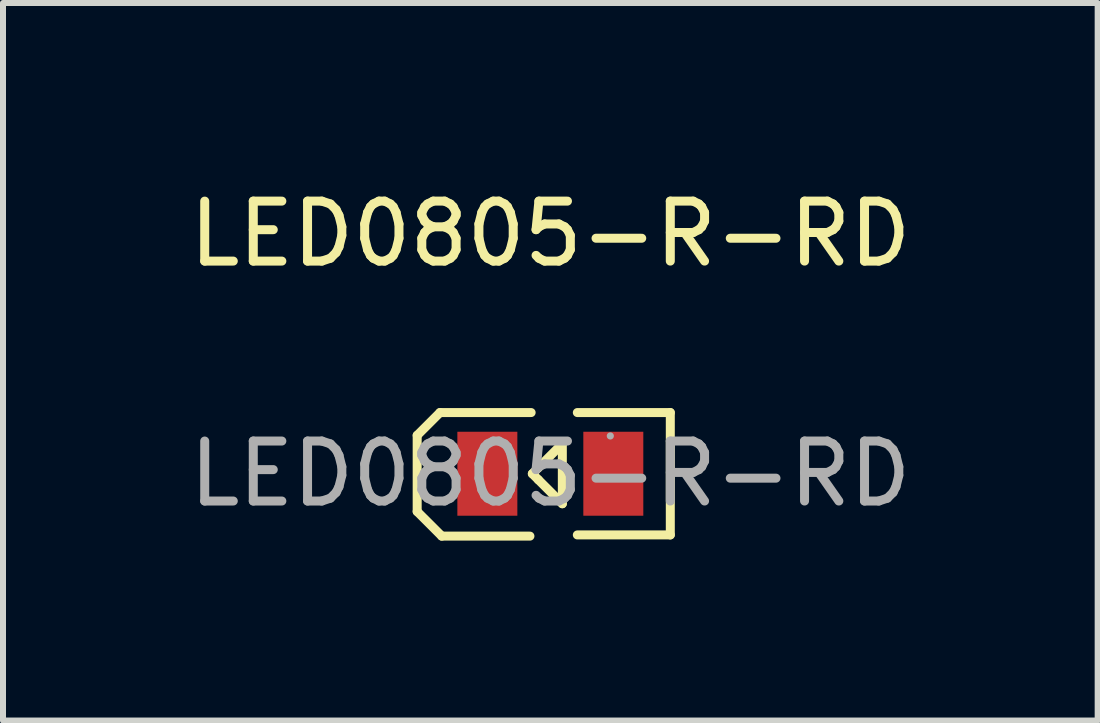
<source format=kicad_pcb>
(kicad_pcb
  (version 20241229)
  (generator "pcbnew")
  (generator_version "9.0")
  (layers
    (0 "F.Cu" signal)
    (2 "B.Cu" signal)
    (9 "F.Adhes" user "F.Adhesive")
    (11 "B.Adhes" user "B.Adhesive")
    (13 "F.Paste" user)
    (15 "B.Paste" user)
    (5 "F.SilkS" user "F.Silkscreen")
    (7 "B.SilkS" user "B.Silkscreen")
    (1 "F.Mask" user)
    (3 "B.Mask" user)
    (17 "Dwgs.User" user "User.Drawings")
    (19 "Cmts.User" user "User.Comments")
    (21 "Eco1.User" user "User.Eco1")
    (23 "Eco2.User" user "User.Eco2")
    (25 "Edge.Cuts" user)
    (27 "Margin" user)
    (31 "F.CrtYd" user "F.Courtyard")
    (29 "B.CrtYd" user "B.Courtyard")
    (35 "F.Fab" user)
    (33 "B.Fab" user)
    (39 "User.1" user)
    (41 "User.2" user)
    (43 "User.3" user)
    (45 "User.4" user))
  (footprint "LED0805-R-RD"
    (layer "F.Cu")
    (at 6.125 4.848)
    (property "Reference" "LED0805-R-RD" (at 0 -4 0) (layer "F.SilkS") (effects (font (size 1 1) (thickness 0.15))))
    (attr smd)
    (fp_line (start -2.22 -0.64) (end -1.84 -1.02) (stroke (width 0.15) (type solid)) (layer "F.SilkS"))
    (fp_line (start -2.22 0.63) (end -2.22 -0.64) (stroke (width 0.15) (type solid)) (layer "F.SilkS"))
    (fp_line (start -1.84 -1.02) (end -0.32 -1.02) (stroke (width 0.15) (type solid)) (layer "F.SilkS"))
    (fp_line (start -1.81 1.04) (end -2.22 0.63) (stroke (width 0.15) (type solid)) (layer "F.SilkS"))
    (fp_line (start -0.34 1.04) (end -1.81 1.04) (stroke (width 0.15) (type solid)) (layer "F.SilkS"))
    (fp_line (start -0.3 0) (end -0.2 0.1) (stroke (width 0.15) (type solid)) (layer "F.SilkS"))
    (fp_line (start -0.2 -0.1) (end -0.3 0) (stroke (width 0.15) (type solid)) (layer "F.SilkS"))
    (fp_line (start -0.2 0.1) (end 0.2 0.5) (stroke (width 0.15) (type solid)) (layer "F.SilkS"))
    (fp_line (start 0.2 -0.5) (end -0.2 -0.1) (stroke (width 0.15) (type solid)) (layer "F.SilkS"))
    (fp_line (start 0.2 -0.5) (end 0.2 0.5) (stroke (width 0.15) (type solid)) (layer "F.SilkS"))
    (fp_line (start 0.45 1.02) (end 2 1.02) (stroke (width 0.15) (type solid)) (layer "F.SilkS"))
    (fp_line (start 2 -1.02) (end 0.45 -1.02) (stroke (width 0.15) (type solid)) (layer "F.SilkS"))
    (fp_line (start 2 1.02) (end 2 -1.02) (stroke (width 0.15) (type solid)) (layer "F.SilkS"))
    (fp_circle (center 1 -0.63) (end 1.03 -0.63) (stroke (width 0.06) (type solid)) (fill no) (layer "F.Fab"))
    (fp_text user "${REFERENCE}" (at 0 0 0) (layer "F.Fab") (effects (font (size 1 1) (thickness 0.15))))
    (pad "1" smd rect (at 1.05 0 180) (size 1 1.4) (layers "F.Cu" "F.Mask" "F.Paste"))
    (pad "2" smd rect (at -1.05 0 180) (size 1 1.4) (layers "F.Cu" "F.Mask" "F.Paste")))
  (gr_rect
    (start -3 -3)
    (end 15.25 8.963)
    (stroke (width 0.1) (type default))
    (fill no)
    (layer "Edge.Cuts")))
</source>
